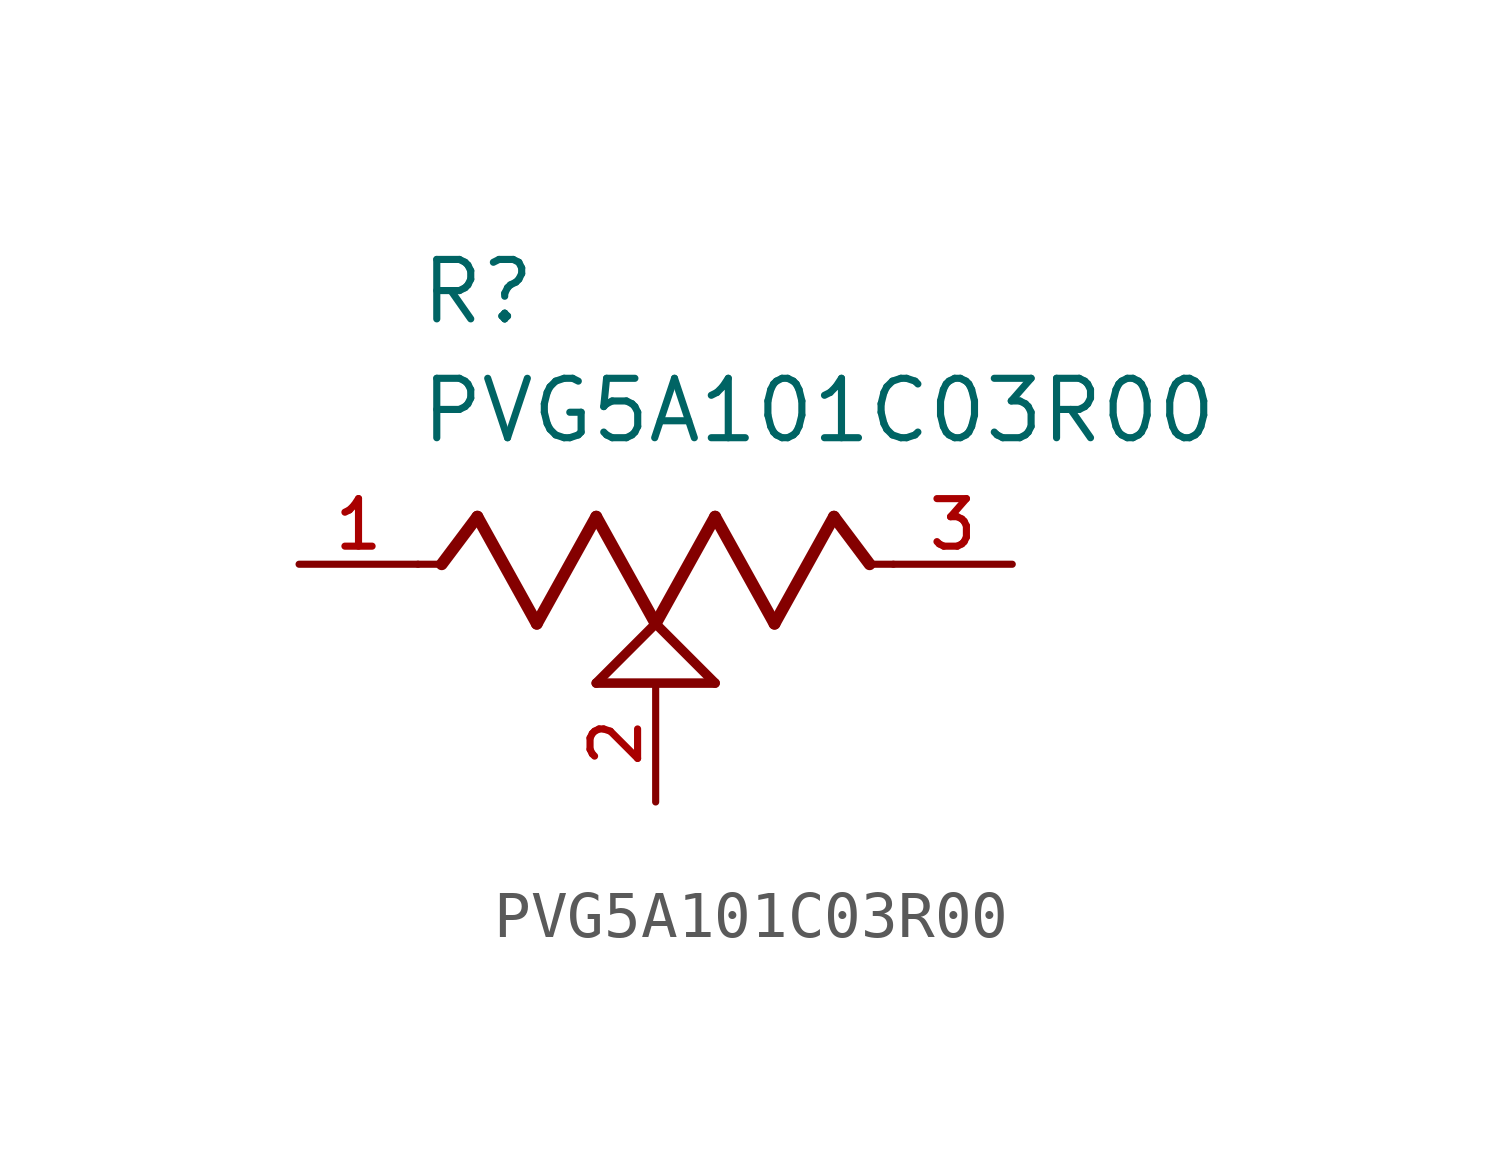
<source format=kicad_sym>
(kicad_symbol_lib
  (version 20211014)
  (generator kicad_symbol_editor)
  (symbol "PVG5A101C03R00"
    (pin_names
      (offset 1.016))
    (property "Reference" "R"
      (at -5.08 5.08 0)
      (effects (font (size 1.27 1.27)) (justify bottom left)))
    (property "Value" "PVG5A101C03R00"
      (at -5.08 2.54 0)
      (effects (font (size 1.27 1.27)) (justify bottom left)))
    (symbol "PVG5A101C03R00_0_0"
      (polyline (pts (xy -5.08 0.0) (xy -4.572 0.0)) (stroke (width 0.152)))
      (polyline (pts (xy -4.572 0.0) (xy -3.81 1.016)) (stroke (width 0.254)))
      (polyline (pts (xy -3.81 1.016) (xy -2.54 -1.27)) (stroke (width 0.254)))
      (polyline (pts (xy -2.54 -1.27) (xy -1.27 1.016)) (stroke (width 0.254)))
      (polyline (pts (xy -1.27 1.016) (xy 0.0 -1.27)) (stroke (width 0.254)))
      (polyline (pts (xy 0.0 -1.27) (xy 1.27 1.016)) (stroke (width 0.254)))
      (polyline (pts (xy 1.27 1.016) (xy 2.54 -1.27)) (stroke (width 0.254)))
      (polyline (pts (xy 2.54 -1.27) (xy 3.81 1.016)) (stroke (width 0.254)))
      (polyline (pts (xy 3.81 1.016) (xy 4.572 0.0)) (stroke (width 0.254)))
      (polyline (pts (xy 4.572 0.0) (xy 5.08 0.0)) (stroke (width 0.152)))
      (polyline (pts (xy 0.0 -1.27) (xy 1.27 -2.54)) (stroke (width 0.203)))
      (polyline (pts (xy -1.27 -2.54) (xy 0.0 -1.27)) (stroke (width 0.203)))
      (polyline (pts (xy 1.27 -2.54) (xy -1.27 -2.54)) (stroke (width 0.203)))
      (pin passive line (at -7.62 0.0 0) (length 2.54) (name "~" (effects (font (size 1.016 1.016)))) (number "1" (effects (font (size 1.016 1.016)))))
      (pin passive line (at 7.62 0.0 180.0) (length 2.54) (name "~" (effects (font (size 1.016 1.016)))) (number "3" (effects (font (size 1.016 1.016)))))
      (pin passive line (at 0.0 -5.08 90.0) (length 2.54) (name "~" (effects (font (size 1.016 1.016)))) (number "2" (effects (font (size 1.016 1.016))))))))
</source>
